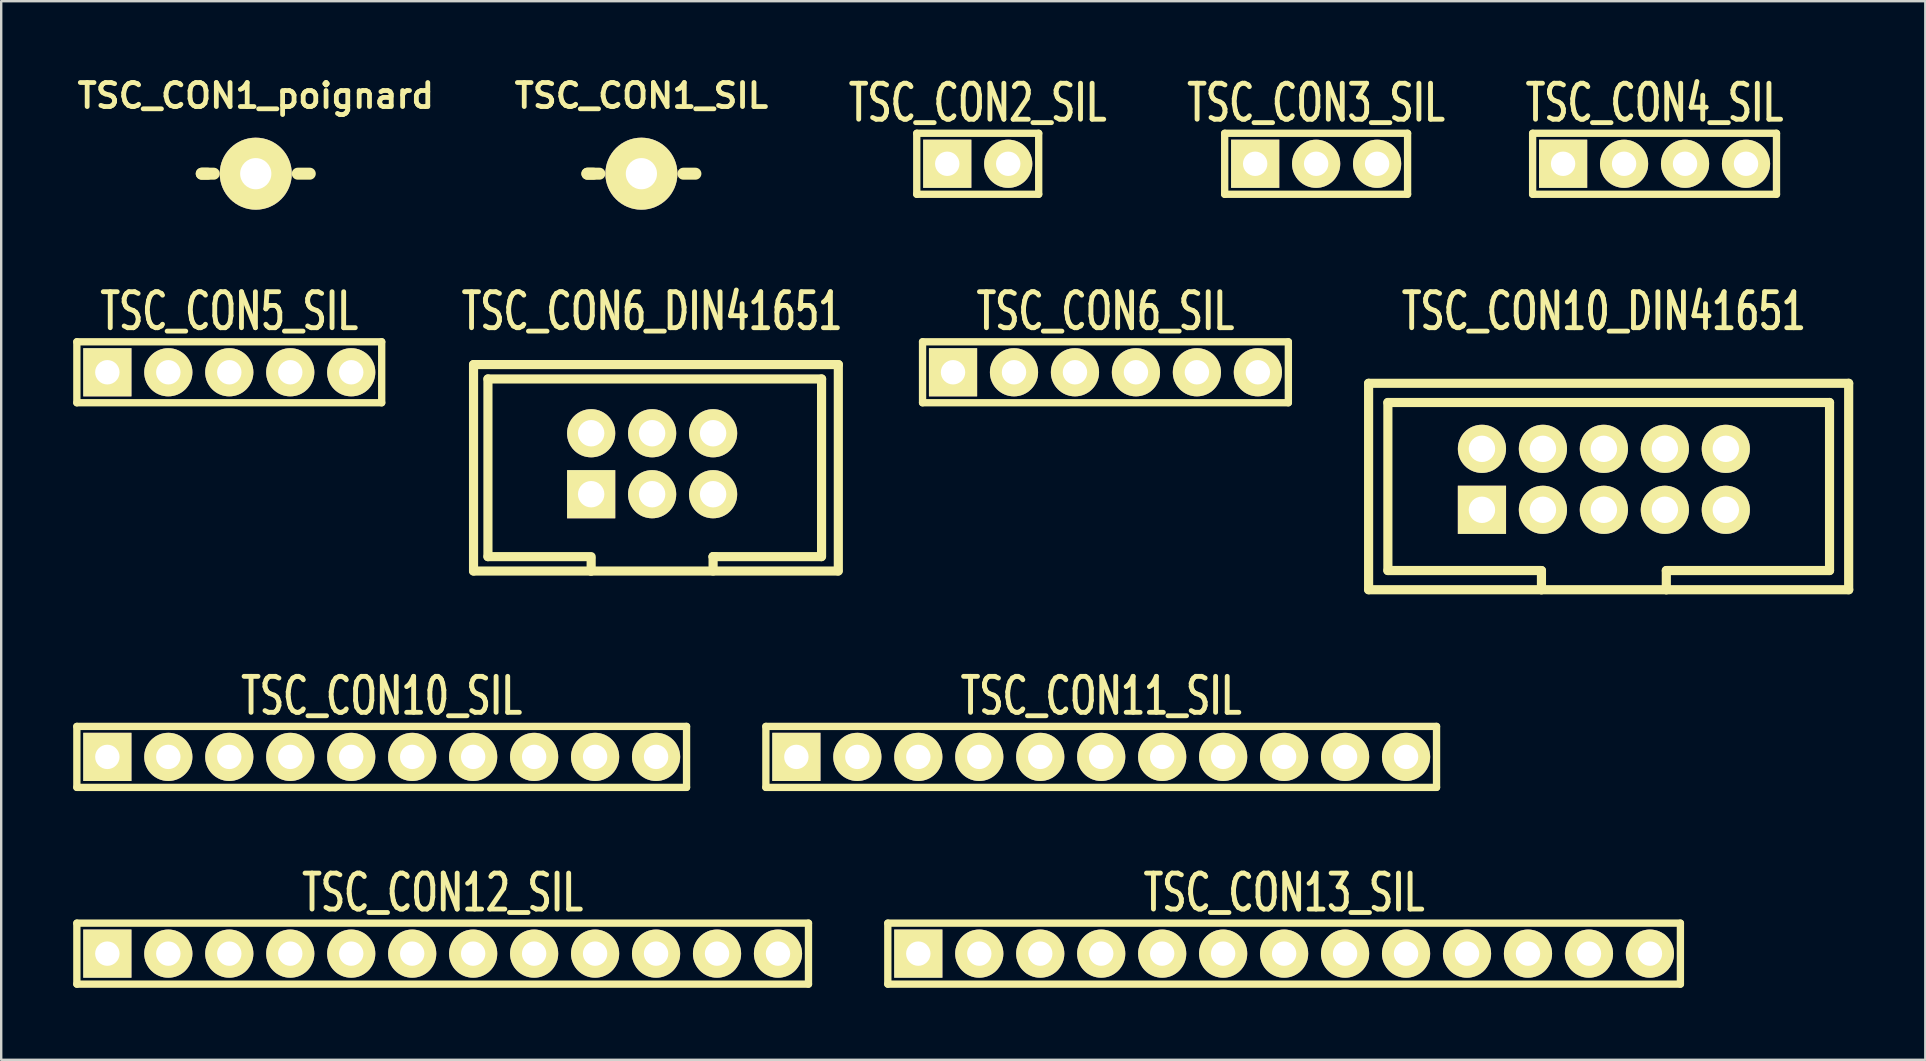
<source format=kicad_pcb>
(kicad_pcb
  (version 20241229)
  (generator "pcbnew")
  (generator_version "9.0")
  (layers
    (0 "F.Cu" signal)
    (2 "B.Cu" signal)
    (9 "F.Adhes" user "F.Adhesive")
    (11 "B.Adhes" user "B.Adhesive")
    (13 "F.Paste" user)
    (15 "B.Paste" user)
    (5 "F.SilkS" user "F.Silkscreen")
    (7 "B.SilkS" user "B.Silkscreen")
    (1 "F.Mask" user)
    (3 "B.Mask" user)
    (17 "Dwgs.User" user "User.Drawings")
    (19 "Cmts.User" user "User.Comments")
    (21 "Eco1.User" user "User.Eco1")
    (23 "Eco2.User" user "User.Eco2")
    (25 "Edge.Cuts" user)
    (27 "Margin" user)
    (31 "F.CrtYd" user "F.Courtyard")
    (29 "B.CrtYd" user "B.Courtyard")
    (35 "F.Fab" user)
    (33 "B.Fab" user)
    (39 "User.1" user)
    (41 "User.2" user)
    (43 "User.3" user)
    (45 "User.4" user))
  (footprint "TSC_CON13_SIL"
    (layer "F.Cu")
    (at 50.447 36.679)
    (property "Reference" "TSC_CON13_SIL" (at 0 -2.54 0) (layer "F.SilkS") (effects (font (size 1.499 1.016) (thickness 0.203))))
    (attr through_hole)
    (fp_line (start -16.51 -1.27) (end 16.51 -1.27) (stroke (width 0.305) (type solid)) (layer "F.SilkS"))
    (fp_line (start -16.51 1.27) (end -16.51 -1.27) (stroke (width 0.305) (type solid)) (layer "F.SilkS"))
    (fp_line (start 16.51 -1.27) (end 16.51 1.27) (stroke (width 0.305) (type solid)) (layer "F.SilkS"))
    (fp_line (start 16.51 1.27) (end -16.51 1.27) (stroke (width 0.305) (type solid)) (layer "F.SilkS"))
    (pad "1" thru_hole rect (at -15.24 0) (size 2.007 2.007) (drill 1.016) (layers "*.Cu" "*.Mask" "F.SilkS"))
    (pad "2" thru_hole circle (at -12.7 0) (size 2.007 2.007) (drill 1.016) (layers "*.Cu" "*.Mask" "F.SilkS"))
    (pad "3" thru_hole circle (at -10.16 0) (size 2.007 2.007) (drill 1.016) (layers "*.Cu" "*.Mask" "F.SilkS"))
    (pad "4" thru_hole circle (at -7.62 0) (size 2.007 2.007) (drill 1.016) (layers "*.Cu" "*.Mask" "F.SilkS"))
    (pad "5" thru_hole circle (at -5.08 0) (size 2.007 2.007) (drill 1.016) (layers "*.Cu" "*.Mask" "F.SilkS"))
    (pad "6" thru_hole circle (at -2.54 0) (size 2.007 2.007) (drill 1.016) (layers "*.Cu" "*.Mask" "F.SilkS"))
    (pad "7" thru_hole circle (at 0 0) (size 2.007 2.007) (drill 1.016) (layers "*.Cu" "*.Mask" "F.SilkS"))
    (pad "8" thru_hole circle (at 2.54 0) (size 2.007 2.007) (drill 1.016) (layers "*.Cu" "*.Mask" "F.SilkS"))
    (pad "9" thru_hole circle (at 5.08 0) (size 2.007 2.007) (drill 1.016) (layers "*.Cu" "*.Mask" "F.SilkS"))
    (pad "10" thru_hole circle (at 7.62 0) (size 2.007 2.007) (drill 1.016) (layers "*.Cu" "*.Mask" "F.SilkS"))
    (pad "11" thru_hole circle (at 10.16 0) (size 2.007 2.007) (drill 1.016) (layers "*.Cu" "*.Mask" "F.SilkS"))
    (pad "12" thru_hole circle (at 12.7 0) (size 2.007 2.007) (drill 1.016) (layers "*.Cu" "*.Mask" "F.SilkS"))
    (pad "13" thru_hole circle (at 15.24 0) (size 2.007 2.007) (drill 1.016) (layers "*.Cu" "*.Mask" "F.SilkS")))
  (footprint "TSC_CON6_SIL"
    (layer "F.Cu")
    (at 43.004 12.459)
    (property "Reference" "TSC_CON6_SIL" (at 0 -2.54 0) (layer "F.SilkS") (effects (font (size 1.499 1.016) (thickness 0.203))))
    (attr through_hole)
    (fp_line (start -7.62 -1.27) (end 7.62 -1.27) (stroke (width 0.305) (type solid)) (layer "F.SilkS"))
    (fp_line (start -7.62 1.27) (end -7.62 -1.27) (stroke (width 0.305) (type solid)) (layer "F.SilkS"))
    (fp_line (start 7.62 -1.27) (end 7.62 1.27) (stroke (width 0.305) (type solid)) (layer "F.SilkS"))
    (fp_line (start 7.62 1.27) (end -7.62 1.27) (stroke (width 0.305) (type solid)) (layer "F.SilkS"))
    (pad "1" thru_hole rect (at -6.35 0) (size 2.007 2.007) (drill 1.016) (layers "*.Cu" "*.Mask" "F.SilkS"))
    (pad "2" thru_hole circle (at -3.81 0) (size 2.007 2.007) (drill 1.016) (layers "*.Cu" "*.Mask" "F.SilkS"))
    (pad "3" thru_hole circle (at -1.27 0) (size 2.007 2.007) (drill 1.016) (layers "*.Cu" "*.Mask" "F.SilkS"))
    (pad "4" thru_hole circle (at 1.27 0) (size 2.007 2.007) (drill 1.016) (layers "*.Cu" "*.Mask" "F.SilkS"))
    (pad "5" thru_hole circle (at 3.81 0) (size 2.007 2.007) (drill 1.016) (layers "*.Cu" "*.Mask" "F.SilkS"))
    (pad "6" thru_hole circle (at 6.35 0) (size 2.007 2.007) (drill 1.016) (layers "*.Cu" "*.Mask" "F.SilkS")))
  (footprint "TSC_CON2_SIL"
    (layer "F.Cu")
    (at 37.683 3.773)
    (property "Reference" "TSC_CON2_SIL" (at 0 -2.54 0) (layer "F.SilkS") (effects (font (size 1.499 1.016) (thickness 0.203))))
    (attr through_hole)
    (fp_line (start -2.54 -1.27) (end 2.54 -1.27) (stroke (width 0.305) (type solid)) (layer "F.SilkS"))
    (fp_line (start -2.54 1.27) (end -2.54 -1.27) (stroke (width 0.305) (type solid)) (layer "F.SilkS"))
    (fp_line (start 2.54 -1.27) (end 2.54 1.27) (stroke (width 0.305) (type solid)) (layer "F.SilkS"))
    (fp_line (start 2.54 1.27) (end -2.54 1.27) (stroke (width 0.305) (type solid)) (layer "F.SilkS"))
    (pad "1" thru_hole rect (at -1.27 0) (size 2.007 2.007) (drill 1.016) (layers "*.Cu" "*.Mask" "F.SilkS"))
    (pad "2" thru_hole circle (at 1.27 0) (size 2.007 2.007) (drill 1.016) (layers "*.Cu" "*.Mask" "F.SilkS")))
  (footprint "TSC_CON3_SIL"
    (layer "F.Cu")
    (at 51.781 3.773)
    (property "Reference" "TSC_CON3_SIL" (at 0 -2.54 0) (layer "F.SilkS") (effects (font (size 1.499 1.016) (thickness 0.203))))
    (attr through_hole)
    (fp_line (start -3.81 -1.27) (end 3.81 -1.27) (stroke (width 0.305) (type solid)) (layer "F.SilkS"))
    (fp_line (start -3.81 1.27) (end -3.81 -1.27) (stroke (width 0.305) (type solid)) (layer "F.SilkS"))
    (fp_line (start 3.81 -1.27) (end 3.81 1.27) (stroke (width 0.305) (type solid)) (layer "F.SilkS"))
    (fp_line (start 3.81 1.27) (end -3.81 1.27) (stroke (width 0.305) (type solid)) (layer "F.SilkS"))
    (pad "1" thru_hole rect (at -2.54 0) (size 2.007 2.007) (drill 1.016) (layers "*.Cu" "*.Mask" "F.SilkS"))
    (pad "2" thru_hole circle (at 0 0) (size 2.007 2.007) (drill 1.016) (layers "*.Cu" "*.Mask" "F.SilkS"))
    (pad "3" thru_hole circle (at 2.54 0) (size 2.007 2.007) (drill 1.016) (layers "*.Cu" "*.Mask" "F.SilkS")))
  (footprint "TSC_CON6_DIN41651"
    (layer "F.Cu")
    (at 24.118 16.269)
    (property "Reference" "TSC_CON6_DIN41651" (at 0 -6.35 0) (layer "F.SilkS") (effects (font (size 1.499 1.016) (thickness 0.203))))
    (attr through_hole)
    (fp_line (start -7.44 -4.13) (end 7.76 -4.13) (stroke (width 0.381) (type solid)) (layer "F.SilkS"))
    (fp_line (start -7.44 4.47) (end -7.44 -4.13) (stroke (width 0.381) (type solid)) (layer "F.SilkS"))
    (fp_line (start -7.44 4.47) (end -2.54 4.47) (stroke (width 0.381) (type solid)) (layer "F.SilkS"))
    (fp_line (start -6.84 -3.531) (end -6.84 3.871) (stroke (width 0.381) (type solid)) (layer "F.SilkS"))
    (fp_line (start -6.84 -3.531) (end 7.061 -3.531) (stroke (width 0.381) (type solid)) (layer "F.SilkS"))
    (fp_line (start -6.84 3.871) (end -2.54 3.871) (stroke (width 0.381) (type solid)) (layer "F.SilkS"))
    (fp_line (start -2.54 4.47) (end -2.54 3.97) (stroke (width 0.381) (type solid)) (layer "F.SilkS"))
    (fp_line (start 2.54 3.871) (end 2.54 4.47) (stroke (width 0.381) (type solid)) (layer "F.SilkS"))
    (fp_line (start 2.54 3.871) (end 2.639 3.871) (stroke (width 0.381) (type solid)) (layer "F.SilkS"))
    (fp_line (start 7.041 3.871) (end 2.54 3.871) (stroke (width 0.381) (type solid)) (layer "F.SilkS"))
    (fp_line (start 7.059 3.871) (end 7.059 -3.531) (stroke (width 0.381) (type solid)) (layer "F.SilkS"))
    (fp_line (start 7.739 4.47) (end -2.56 4.47) (stroke (width 0.381) (type solid)) (layer "F.SilkS"))
    (fp_line (start 7.757 -4.13) (end 7.757 4.47) (stroke (width 0.381) (type solid)) (layer "F.SilkS"))
    (pad "1" thru_hole rect (at -2.54 1.27) (size 2.007 2.007) (drill 1.1) (layers "*.Cu" "*.Mask" "F.SilkS"))
    (pad "2" thru_hole circle (at -2.54 -1.27) (size 2.007 2.007) (drill 1.1) (layers "*.Cu" "*.Mask" "F.SilkS"))
    (pad "3" thru_hole circle (at 0 1.27) (size 2.007 2.007) (drill 1.1) (layers "*.Cu" "*.Mask" "F.SilkS"))
    (pad "4" thru_hole circle (at 0 -1.27) (size 2.007 2.007) (drill 1.1) (layers "*.Cu" "*.Mask" "F.SilkS"))
    (pad "5" thru_hole circle (at 2.54 1.27) (size 2.007 2.007) (drill 1.1) (layers "*.Cu" "*.Mask" "F.SilkS"))
    (pad "6" thru_hole circle (at 2.54 -1.27) (size 2.007 2.007) (drill 1.1) (layers "*.Cu" "*.Mask" "F.SilkS")))
  (footprint "TSC_CON11_SIL"
    (layer "F.Cu")
    (at 42.827 28.483)
    (property "Reference" "TSC_CON11_SIL" (at 0 -2.54 0) (layer "F.SilkS") (effects (font (size 1.499 1.016) (thickness 0.203))))
    (attr through_hole)
    (fp_line (start -13.97 -1.27) (end 13.97 -1.27) (stroke (width 0.305) (type solid)) (layer "F.SilkS"))
    (fp_line (start -13.97 1.27) (end -13.97 -1.27) (stroke (width 0.305) (type solid)) (layer "F.SilkS"))
    (fp_line (start 13.97 -1.27) (end 13.97 1.27) (stroke (width 0.305) (type solid)) (layer "F.SilkS"))
    (fp_line (start 13.97 1.27) (end -13.97 1.27) (stroke (width 0.305) (type solid)) (layer "F.SilkS"))
    (pad "1" thru_hole rect (at -12.7 0) (size 2.007 2.007) (drill 1.016) (layers "*.Cu" "*.Mask" "F.SilkS"))
    (pad "2" thru_hole circle (at -10.16 0) (size 2.007 2.007) (drill 1.016) (layers "*.Cu" "*.Mask" "F.SilkS"))
    (pad "3" thru_hole circle (at -7.62 0) (size 2.007 2.007) (drill 1.016) (layers "*.Cu" "*.Mask" "F.SilkS"))
    (pad "4" thru_hole circle (at -5.08 0) (size 2.007 2.007) (drill 1.016) (layers "*.Cu" "*.Mask" "F.SilkS"))
    (pad "5" thru_hole circle (at -2.54 0) (size 2.007 2.007) (drill 1.016) (layers "*.Cu" "*.Mask" "F.SilkS"))
    (pad "6" thru_hole circle (at 0 0) (size 2.007 2.007) (drill 1.016) (layers "*.Cu" "*.Mask" "F.SilkS"))
    (pad "7" thru_hole circle (at 2.54 0) (size 2.007 2.007) (drill 1.016) (layers "*.Cu" "*.Mask" "F.SilkS"))
    (pad "8" thru_hole circle (at 5.08 0) (size 2.007 2.007) (drill 1.016) (layers "*.Cu" "*.Mask" "F.SilkS"))
    (pad "9" thru_hole circle (at 7.62 0) (size 2.007 2.007) (drill 1.016) (layers "*.Cu" "*.Mask" "F.SilkS"))
    (pad "10" thru_hole circle (at 10.16 0) (size 2.007 2.007) (drill 1.016) (layers "*.Cu" "*.Mask" "F.SilkS"))
    (pad "11" thru_hole circle (at 12.7 0) (size 2.007 2.007) (drill 1.016) (layers "*.Cu" "*.Mask" "F.SilkS")))
  (footprint "TSC_CON4_SIL"
    (layer "F.Cu")
    (at 65.88 3.773)
    (property "Reference" "TSC_CON4_SIL" (at 0 -2.54 0) (layer "F.SilkS") (effects (font (size 1.499 1.016) (thickness 0.203))))
    (attr through_hole)
    (fp_line (start -5.08 -1.27) (end 5.08 -1.27) (stroke (width 0.305) (type solid)) (layer "F.SilkS"))
    (fp_line (start -5.08 1.27) (end -5.08 -1.27) (stroke (width 0.305) (type solid)) (layer "F.SilkS"))
    (fp_line (start 5.08 -1.27) (end 5.08 1.27) (stroke (width 0.305) (type solid)) (layer "F.SilkS"))
    (fp_line (start 5.08 1.27) (end -5.08 1.27) (stroke (width 0.305) (type solid)) (layer "F.SilkS"))
    (pad "1" thru_hole rect (at -3.81 0) (size 2.007 2.007) (drill 1.016) (layers "*.Cu" "*.Mask" "F.SilkS"))
    (pad "2" thru_hole circle (at -1.27 0) (size 2.007 2.007) (drill 1.016) (layers "*.Cu" "*.Mask" "F.SilkS"))
    (pad "3" thru_hole circle (at 1.27 0) (size 2.007 2.007) (drill 1.016) (layers "*.Cu" "*.Mask" "F.SilkS"))
    (pad "4" thru_hole circle (at 3.81 0) (size 2.007 2.007) (drill 1.016) (layers "*.Cu" "*.Mask" "F.SilkS")))
  (footprint "TSC_CON1_poignard"
    (layer "F.Cu")
    (at 7.605 4.186)
    (property "Reference" "TSC_CON1_poignard" (at 0 -3.25 0) (layer "F.SilkS") (effects (font (size 1 1) (thickness 0.2))))
    (attr through_hole)
    (fp_line (start -2.25 0) (end -2 0) (stroke (width 0.5) (type solid)) (layer "F.SilkS"))
    (fp_line (start -1.75 0) (end -2.25 0) (stroke (width 0.5) (type solid)) (layer "F.SilkS"))
    (fp_line (start 1.75 0) (end 2.25 0) (stroke (width 0.5) (type solid)) (layer "F.SilkS"))
    (pad "1" thru_hole circle (at 0 0) (size 3 3) (drill 1.3) (layers "*.Cu" "*.Mask" "F.SilkS")))
  (footprint "TSC_CON5_SIL"
    (layer "F.Cu")
    (at 6.502 12.459)
    (property "Reference" "TSC_CON5_SIL" (at 0 -2.54 0) (layer "F.SilkS") (effects (font (size 1.499 1.016) (thickness 0.203))))
    (attr through_hole)
    (fp_line (start -6.35 -1.27) (end 6.35 -1.27) (stroke (width 0.305) (type solid)) (layer "F.SilkS"))
    (fp_line (start -6.35 1.27) (end -6.35 -1.27) (stroke (width 0.305) (type solid)) (layer "F.SilkS"))
    (fp_line (start 6.35 -1.27) (end 6.35 1.27) (stroke (width 0.305) (type solid)) (layer "F.SilkS"))
    (fp_line (start 6.35 1.27) (end -6.35 1.27) (stroke (width 0.305) (type solid)) (layer "F.SilkS"))
    (pad "1" thru_hole rect (at -5.08 0) (size 2.007 2.007) (drill 1.016) (layers "*.Cu" "*.Mask" "F.SilkS"))
    (pad "2" thru_hole circle (at -2.54 0) (size 2.007 2.007) (drill 1.016) (layers "*.Cu" "*.Mask" "F.SilkS"))
    (pad "3" thru_hole circle (at 0 0) (size 2.007 2.007) (drill 1.016) (layers "*.Cu" "*.Mask" "F.SilkS"))
    (pad "4" thru_hole circle (at 2.54 0) (size 2.007 2.007) (drill 1.016) (layers "*.Cu" "*.Mask" "F.SilkS"))
    (pad "5" thru_hole circle (at 5.08 0) (size 2.007 2.007) (drill 1.016) (layers "*.Cu" "*.Mask" "F.SilkS")))
  (footprint "TSC_CON12_SIL"
    (layer "F.Cu")
    (at 15.392 36.679)
    (property "Reference" "TSC_CON12_SIL" (at 0 -2.54 0) (layer "F.SilkS") (effects (font (size 1.499 1.016) (thickness 0.203))))
    (attr through_hole)
    (fp_line (start -15.24 -1.27) (end 15.24 -1.27) (stroke (width 0.305) (type solid)) (layer "F.SilkS"))
    (fp_line (start -15.24 1.27) (end -15.24 -1.27) (stroke (width 0.305) (type solid)) (layer "F.SilkS"))
    (fp_line (start 15.24 -1.27) (end 15.24 1.27) (stroke (width 0.305) (type solid)) (layer "F.SilkS"))
    (fp_line (start 15.24 1.27) (end -15.24 1.27) (stroke (width 0.305) (type solid)) (layer "F.SilkS"))
    (pad "1" thru_hole rect (at -13.97 0) (size 2.007 2.007) (drill 1.016) (layers "*.Cu" "*.Mask" "F.SilkS"))
    (pad "2" thru_hole circle (at -11.43 0) (size 2.007 2.007) (drill 1.016) (layers "*.Cu" "*.Mask" "F.SilkS"))
    (pad "3" thru_hole circle (at -8.89 0) (size 2.007 2.007) (drill 1.016) (layers "*.Cu" "*.Mask" "F.SilkS"))
    (pad "4" thru_hole circle (at -6.35 0) (size 2.007 2.007) (drill 1.016) (layers "*.Cu" "*.Mask" "F.SilkS"))
    (pad "5" thru_hole circle (at -3.81 0) (size 2.007 2.007) (drill 1.016) (layers "*.Cu" "*.Mask" "F.SilkS"))
    (pad "6" thru_hole circle (at -1.27 0) (size 2.007 2.007) (drill 1.016) (layers "*.Cu" "*.Mask" "F.SilkS"))
    (pad "7" thru_hole circle (at 1.27 0) (size 2.007 2.007) (drill 1.016) (layers "*.Cu" "*.Mask" "F.SilkS"))
    (pad "8" thru_hole circle (at 3.81 0) (size 2.007 2.007) (drill 1.016) (layers "*.Cu" "*.Mask" "F.SilkS"))
    (pad "9" thru_hole circle (at 6.35 0) (size 2.007 2.007) (drill 1.016) (layers "*.Cu" "*.Mask" "F.SilkS"))
    (pad "10" thru_hole circle (at 8.89 0) (size 2.007 2.007) (drill 1.016) (layers "*.Cu" "*.Mask" "F.SilkS"))
    (pad "11" thru_hole circle (at 11.43 0) (size 2.007 2.007) (drill 1.016) (layers "*.Cu" "*.Mask" "F.SilkS"))
    (pad "12" thru_hole circle (at 13.97 0) (size 2.007 2.007) (drill 1.016) (layers "*.Cu" "*.Mask" "F.SilkS")))
  (footprint "TSC_CON1_SIL"
    (layer "F.Cu")
    (at 23.671 4.186)
    (property "Reference" "TSC_CON1_SIL" (at 0 -3.25 0) (layer "F.SilkS") (effects (font (size 1 1) (thickness 0.2))))
    (attr through_hole)
    (fp_line (start -2.25 0) (end -2 0) (stroke (width 0.5) (type solid)) (layer "F.SilkS"))
    (fp_line (start -1.75 0) (end -2.25 0) (stroke (width 0.5) (type solid)) (layer "F.SilkS"))
    (fp_line (start 1.75 0) (end 2.25 0) (stroke (width 0.5) (type solid)) (layer "F.SilkS"))
    (pad "1" thru_hole circle (at 0 0) (size 3 3) (drill 1.3) (layers "*.Cu" "*.Mask" "F.SilkS")))
  (footprint "TSC_CON10_DIN41651"
    (layer "F.Cu")
    (at 63.769 16.919)
    (property "Reference" "TSC_CON10_DIN41651" (at 0 -7 0) (layer "F.SilkS") (effects (font (size 1.499 1.016) (thickness 0.203))))
    (attr through_hole)
    (fp_line (start -9.802 -4) (end 10.198 -4) (stroke (width 0.381) (type solid)) (layer "F.SilkS"))
    (fp_line (start -9.802 4.6) (end -9.802 -4) (stroke (width 0.381) (type solid)) (layer "F.SilkS"))
    (fp_line (start -9.799 4.6) (end -2.601 4.6) (stroke (width 0.381) (type solid)) (layer "F.SilkS"))
    (fp_line (start -8.999 -3.2) (end -8.999 3.8) (stroke (width 0.381) (type solid)) (layer "F.SilkS"))
    (fp_line (start -8.999 3.8) (end -2.601 3.8) (stroke (width 0.381) (type solid)) (layer "F.SilkS"))
    (fp_line (start -2.601 3.8) (end -2.601 4.6) (stroke (width 0.381) (type solid)) (layer "F.SilkS"))
    (fp_line (start 2.601 3.8) (end 9.401 3.8) (stroke (width 0.381) (type solid)) (layer "F.SilkS"))
    (fp_line (start 2.601 4.6) (end -2.601 4.6) (stroke (width 0.381) (type solid)) (layer "F.SilkS"))
    (fp_line (start 2.601 4.6) (end 2.601 3.8) (stroke (width 0.381) (type solid)) (layer "F.SilkS"))
    (fp_line (start 9.401 -3.2) (end -8.999 -3.2) (stroke (width 0.381) (type solid)) (layer "F.SilkS"))
    (fp_line (start 9.401 3.8) (end 9.401 -3.2) (stroke (width 0.381) (type solid)) (layer "F.SilkS"))
    (fp_line (start 10.198 -4) (end 10.198 4.6) (stroke (width 0.381) (type solid)) (layer "F.SilkS"))
    (fp_line (start 10.201 4.6) (end 2.601 4.6) (stroke (width 0.381) (type solid)) (layer "F.SilkS"))
    (pad "1" thru_hole rect (at -5.08 1.27) (size 2.007 2.007) (drill 1.1) (layers "*.Cu" "*.Mask" "F.SilkS"))
    (pad "2" thru_hole circle (at -5.08 -1.27) (size 2.007 2.007) (drill 1.1) (layers "*.Cu" "*.Mask" "F.SilkS"))
    (pad "3" thru_hole circle (at -2.54 1.27) (size 2.007 2.007) (drill 1.1) (layers "*.Cu" "*.Mask" "F.SilkS"))
    (pad "4" thru_hole circle (at -2.54 -1.27) (size 2.007 2.007) (drill 1.1) (layers "*.Cu" "*.Mask" "F.SilkS"))
    (pad "5" thru_hole circle (at 0 1.27) (size 2.007 2.007) (drill 1.1) (layers "*.Cu" "*.Mask" "F.SilkS"))
    (pad "6" thru_hole circle (at 0 -1.27) (size 2.007 2.007) (drill 1.1) (layers "*.Cu" "*.Mask" "F.SilkS"))
    (pad "7" thru_hole circle (at 2.54 1.27) (size 2.007 2.007) (drill 1.1) (layers "*.Cu" "*.Mask" "F.SilkS"))
    (pad "8" thru_hole circle (at 2.54 -1.27) (size 2.007 2.007) (drill 1.1) (layers "*.Cu" "*.Mask" "F.SilkS"))
    (pad "9" thru_hole circle (at 5.08 1.27) (size 2.007 2.007) (drill 1.1) (layers "*.Cu" "*.Mask" "F.SilkS"))
    (pad "10" thru_hole circle (at 5.08 -1.27) (size 2.007 2.007) (drill 1.1) (layers "*.Cu" "*.Mask" "F.SilkS")))
  (footprint "TSC_CON10_SIL"
    (layer "F.Cu")
    (at 12.852 28.483)
    (property "Reference" "TSC_CON10_SIL" (at 0 -2.54 0) (layer "F.SilkS") (effects (font (size 1.499 1.016) (thickness 0.203))))
    (attr through_hole)
    (fp_line (start -12.7 -1.27) (end 12.7 -1.27) (stroke (width 0.305) (type solid)) (layer "F.SilkS"))
    (fp_line (start -12.7 1.27) (end -12.7 -1.27) (stroke (width 0.305) (type solid)) (layer "F.SilkS"))
    (fp_line (start 12.7 -1.27) (end 12.7 1.27) (stroke (width 0.305) (type solid)) (layer "F.SilkS"))
    (fp_line (start 12.7 1.27) (end -12.7 1.27) (stroke (width 0.305) (type solid)) (layer "F.SilkS"))
    (pad "1" thru_hole rect (at -11.43 0) (size 2.007 2.007) (drill 1.016) (layers "*.Cu" "*.Mask" "F.SilkS"))
    (pad "2" thru_hole circle (at -8.89 0) (size 2.007 2.007) (drill 1.016) (layers "*.Cu" "*.Mask" "F.SilkS"))
    (pad "3" thru_hole circle (at -6.35 0) (size 2.007 2.007) (drill 1.016) (layers "*.Cu" "*.Mask" "F.SilkS"))
    (pad "4" thru_hole circle (at -3.81 0) (size 2.007 2.007) (drill 1.016) (layers "*.Cu" "*.Mask" "F.SilkS"))
    (pad "5" thru_hole circle (at -1.27 0) (size 2.007 2.007) (drill 1.016) (layers "*.Cu" "*.Mask" "F.SilkS"))
    (pad "6" thru_hole circle (at 1.27 0) (size 2.007 2.007) (drill 1.016) (layers "*.Cu" "*.Mask" "F.SilkS"))
    (pad "7" thru_hole circle (at 3.81 0) (size 2.007 2.007) (drill 1.016) (layers "*.Cu" "*.Mask" "F.SilkS"))
    (pad "8" thru_hole circle (at 6.35 0) (size 2.007 2.007) (drill 1.016) (layers "*.Cu" "*.Mask" "F.SilkS"))
    (pad "9" thru_hole circle (at 8.89 0) (size 2.007 2.007) (drill 1.016) (layers "*.Cu" "*.Mask" "F.SilkS"))
    (pad "10" thru_hole circle (at 11.43 0) (size 2.007 2.007) (drill 1.016) (layers "*.Cu" "*.Mask" "F.SilkS")))
  (gr_rect
    (start -3 -3)
    (end 77.16 41.101)
    (stroke (width 0.1) (type default))
    (fill no)
    (layer "Edge.Cuts")))
</source>
